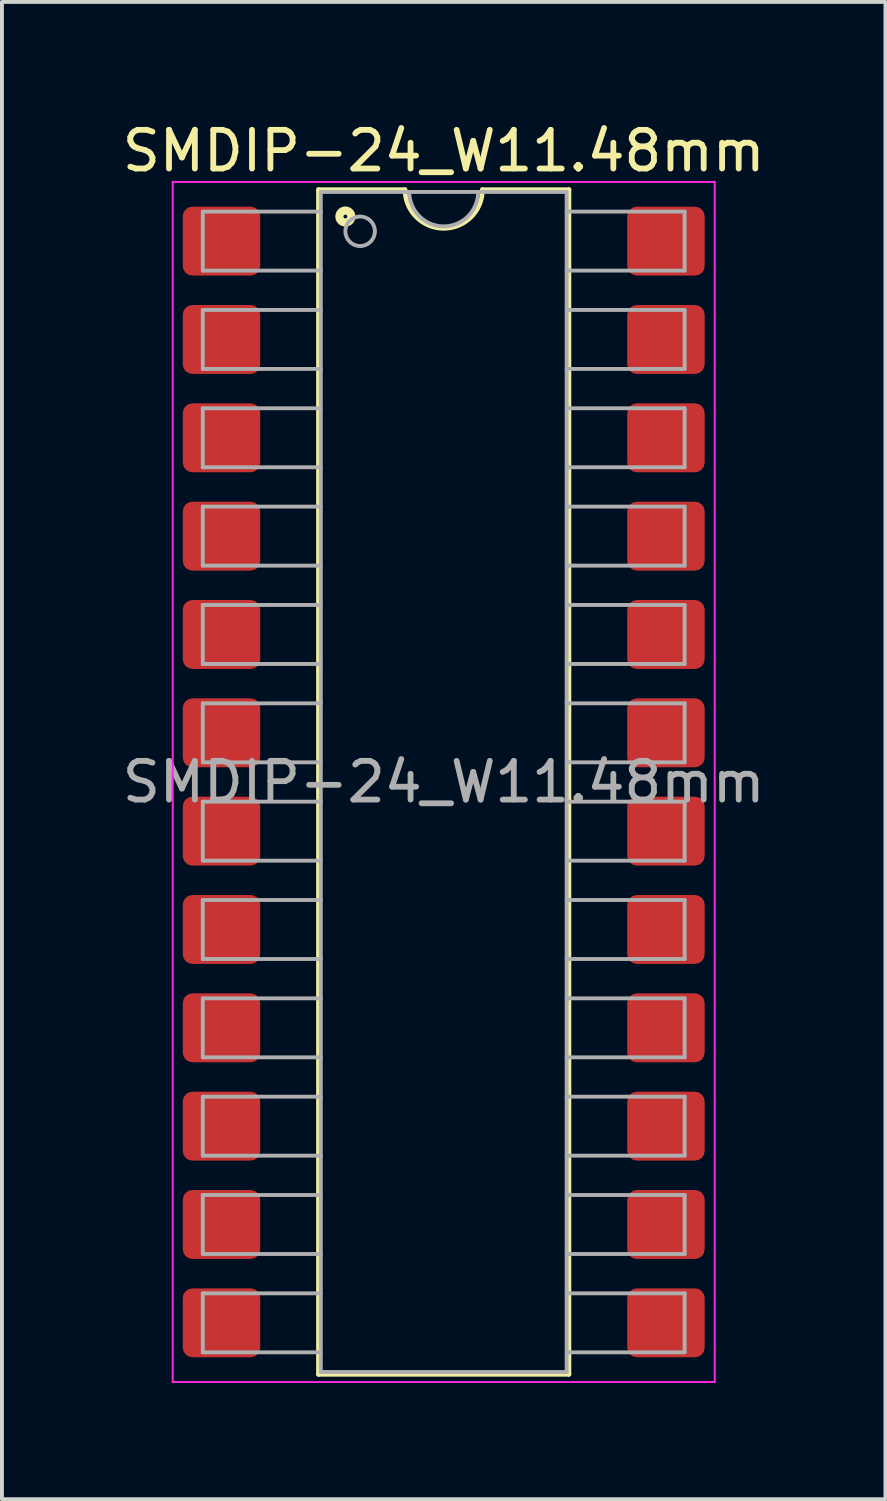
<source format=kicad_pcb>
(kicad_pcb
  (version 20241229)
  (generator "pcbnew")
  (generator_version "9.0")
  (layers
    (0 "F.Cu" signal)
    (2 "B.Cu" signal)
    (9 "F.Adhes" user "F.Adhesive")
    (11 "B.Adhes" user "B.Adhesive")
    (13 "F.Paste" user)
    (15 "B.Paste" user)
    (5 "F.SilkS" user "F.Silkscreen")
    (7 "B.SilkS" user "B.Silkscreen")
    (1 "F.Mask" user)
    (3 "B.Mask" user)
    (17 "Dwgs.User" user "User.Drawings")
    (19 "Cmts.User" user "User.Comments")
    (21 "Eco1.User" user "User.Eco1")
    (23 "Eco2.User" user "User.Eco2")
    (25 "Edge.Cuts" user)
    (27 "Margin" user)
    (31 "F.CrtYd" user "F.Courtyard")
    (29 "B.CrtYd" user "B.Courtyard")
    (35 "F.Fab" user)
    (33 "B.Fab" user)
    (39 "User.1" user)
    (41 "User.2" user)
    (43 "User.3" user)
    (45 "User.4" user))
  (footprint "SMDIP-24_W11.48mm"
    (layer "F.Cu")
    (at 8.411 17.148)
    (property "Reference" "SMDIP-24_W11.48mm" (at 0 -16.3 0) (layer "F.SilkS") (effects (font (size 1 1) (thickness 0.15))))
    (attr smd)
    (fp_line (start -3.235 -15.3) (end -3.235 15.3) (stroke (width 0.12) (type solid)) (layer "F.SilkS"))
    (fp_line (start -3.235 15.3) (end 3.235 15.3) (stroke (width 0.12) (type solid)) (layer "F.SilkS"))
    (fp_line (start -1 -15.3) (end -3.235 -15.3) (stroke (width 0.12) (type solid)) (layer "F.SilkS"))
    (fp_line (start 3.235 -15.3) (end 1 -15.3) (stroke (width 0.12) (type solid)) (layer "F.SilkS"))
    (fp_line (start 3.235 15.3) (end 3.235 -15.3) (stroke (width 0.12) (type solid)) (layer "F.SilkS"))
    (fp_arc (start 1 -15.3) (mid 0 -14.3) (end -1 -15.3) (stroke (width 0.12) (type solid)) (layer "F.SilkS"))
    (fp_circle (center -2.54 -14.605) (end -2.49 -14.605) (stroke (width 0.12) (type solid)) (fill no) (layer "F.SilkS"))
    (fp_circle (center -2.54 -14.605) (end -2.415 -14.605) (stroke (width 0.12) (type solid)) (fill no) (layer "F.SilkS"))
    (fp_circle (center -2.54 -14.605) (end -2.34 -14.605) (stroke (width 0.12) (type solid)) (fill no) (layer "F.SilkS"))
    (fp_line (start -7 -15.5) (end -7 15.5) (stroke (width 0.05) (type solid)) (layer "F.CrtYd"))
    (fp_line (start -7 15.5) (end 7 15.5) (stroke (width 0.05) (type solid)) (layer "F.CrtYd"))
    (fp_line (start 7 -15.5) (end -7 -15.5) (stroke (width 0.05) (type solid)) (layer "F.CrtYd"))
    (fp_line (start 7 15.5) (end 7 -15.5) (stroke (width 0.05) (type solid)) (layer "F.CrtYd"))
    (fp_line (start -6.223 -14.732) (end -6.223 -13.208) (stroke (width 0.1) (type solid)) (layer "F.Fab"))
    (fp_line (start -6.223 -14.732) (end -3.175 -14.732) (stroke (width 0.1) (type solid)) (layer "F.Fab"))
    (fp_line (start -6.223 -13.208) (end -3.175 -13.208) (stroke (width 0.1) (type solid)) (layer "F.Fab"))
    (fp_line (start -6.223 -12.192) (end -6.223 -10.668) (stroke (width 0.1) (type solid)) (layer "F.Fab"))
    (fp_line (start -6.223 -12.192) (end -3.175 -12.192) (stroke (width 0.1) (type solid)) (layer "F.Fab"))
    (fp_line (start -6.223 -10.668) (end -3.175 -10.668) (stroke (width 0.1) (type solid)) (layer "F.Fab"))
    (fp_line (start -6.223 -9.652) (end -6.223 -8.128) (stroke (width 0.1) (type solid)) (layer "F.Fab"))
    (fp_line (start -6.223 -9.652) (end -3.175 -9.652) (stroke (width 0.1) (type solid)) (layer "F.Fab"))
    (fp_line (start -6.223 -8.128) (end -3.175 -8.128) (stroke (width 0.1) (type solid)) (layer "F.Fab"))
    (fp_line (start -6.223 -7.112) (end -6.223 -5.588) (stroke (width 0.1) (type solid)) (layer "F.Fab"))
    (fp_line (start -6.223 -7.112) (end -3.175 -7.112) (stroke (width 0.1) (type solid)) (layer "F.Fab"))
    (fp_line (start -6.223 -5.588) (end -3.175 -5.588) (stroke (width 0.1) (type solid)) (layer "F.Fab"))
    (fp_line (start -6.223 -4.572) (end -6.223 -3.048) (stroke (width 0.1) (type solid)) (layer "F.Fab"))
    (fp_line (start -6.223 -4.572) (end -3.175 -4.572) (stroke (width 0.1) (type solid)) (layer "F.Fab"))
    (fp_line (start -6.223 -3.048) (end -3.175 -3.048) (stroke (width 0.1) (type solid)) (layer "F.Fab"))
    (fp_line (start -6.223 -2.032) (end -6.223 -0.508) (stroke (width 0.1) (type solid)) (layer "F.Fab"))
    (fp_line (start -6.223 -2.032) (end -3.175 -2.032) (stroke (width 0.1) (type solid)) (layer "F.Fab"))
    (fp_line (start -6.223 -0.508) (end -3.175 -0.508) (stroke (width 0.1) (type solid)) (layer "F.Fab"))
    (fp_line (start -6.223 0.508) (end -6.223 2.032) (stroke (width 0.1) (type solid)) (layer "F.Fab"))
    (fp_line (start -6.223 0.508) (end -3.175 0.508) (stroke (width 0.1) (type solid)) (layer "F.Fab"))
    (fp_line (start -6.223 2.032) (end -3.175 2.032) (stroke (width 0.1) (type solid)) (layer "F.Fab"))
    (fp_line (start -6.223 3.048) (end -6.223 4.572) (stroke (width 0.1) (type solid)) (layer "F.Fab"))
    (fp_line (start -6.223 3.048) (end -3.175 3.048) (stroke (width 0.1) (type solid)) (layer "F.Fab"))
    (fp_line (start -6.223 4.572) (end -3.175 4.572) (stroke (width 0.1) (type solid)) (layer "F.Fab"))
    (fp_line (start -6.223 5.588) (end -6.223 7.112) (stroke (width 0.1) (type solid)) (layer "F.Fab"))
    (fp_line (start -6.223 5.588) (end -3.175 5.588) (stroke (width 0.1) (type solid)) (layer "F.Fab"))
    (fp_line (start -6.223 7.112) (end -3.175 7.112) (stroke (width 0.1) (type solid)) (layer "F.Fab"))
    (fp_line (start -6.223 8.128) (end -6.223 9.652) (stroke (width 0.1) (type solid)) (layer "F.Fab"))
    (fp_line (start -6.223 8.128) (end -3.175 8.128) (stroke (width 0.1) (type solid)) (layer "F.Fab"))
    (fp_line (start -6.223 9.652) (end -3.175 9.652) (stroke (width 0.1) (type solid)) (layer "F.Fab"))
    (fp_line (start -6.223 10.668) (end -6.223 12.192) (stroke (width 0.1) (type solid)) (layer "F.Fab"))
    (fp_line (start -6.223 10.668) (end -3.175 10.668) (stroke (width 0.1) (type solid)) (layer "F.Fab"))
    (fp_line (start -6.223 12.192) (end -3.175 12.192) (stroke (width 0.1) (type solid)) (layer "F.Fab"))
    (fp_line (start -6.223 13.208) (end -6.223 14.732) (stroke (width 0.1) (type solid)) (layer "F.Fab"))
    (fp_line (start -6.223 13.208) (end -3.175 13.208) (stroke (width 0.1) (type solid)) (layer "F.Fab"))
    (fp_line (start -6.223 14.732) (end -3.175 14.732) (stroke (width 0.1) (type solid)) (layer "F.Fab"))
    (fp_line (start -3.175 -15.24) (end 3.175 -15.24) (stroke (width 0.1) (type solid)) (layer "F.Fab"))
    (fp_line (start -3.175 15.24) (end -3.175 -15.24) (stroke (width 0.1) (type solid)) (layer "F.Fab"))
    (fp_line (start 3.175 -15.24) (end 3.175 15.24) (stroke (width 0.1) (type solid)) (layer "F.Fab"))
    (fp_line (start 3.175 15.24) (end -3.175 15.24) (stroke (width 0.1) (type solid)) (layer "F.Fab"))
    (fp_line (start 6.223 -14.732) (end 3.175 -14.732) (stroke (width 0.1) (type solid)) (layer "F.Fab"))
    (fp_line (start 6.223 -13.208) (end 3.175 -13.208) (stroke (width 0.1) (type solid)) (layer "F.Fab"))
    (fp_line (start 6.223 -13.208) (end 6.223 -14.732) (stroke (width 0.1) (type solid)) (layer "F.Fab"))
    (fp_line (start 6.223 -12.192) (end 3.175 -12.192) (stroke (width 0.1) (type solid)) (layer "F.Fab"))
    (fp_line (start 6.223 -10.668) (end 3.175 -10.668) (stroke (width 0.1) (type solid)) (layer "F.Fab"))
    (fp_line (start 6.223 -10.668) (end 6.223 -12.192) (stroke (width 0.1) (type solid)) (layer "F.Fab"))
    (fp_line (start 6.223 -9.652) (end 3.175 -9.652) (stroke (width 0.1) (type solid)) (layer "F.Fab"))
    (fp_line (start 6.223 -8.128) (end 3.175 -8.128) (stroke (width 0.1) (type solid)) (layer "F.Fab"))
    (fp_line (start 6.223 -8.128) (end 6.223 -9.652) (stroke (width 0.1) (type solid)) (layer "F.Fab"))
    (fp_line (start 6.223 -7.112) (end 3.175 -7.112) (stroke (width 0.1) (type solid)) (layer "F.Fab"))
    (fp_line (start 6.223 -5.588) (end 3.175 -5.588) (stroke (width 0.1) (type solid)) (layer "F.Fab"))
    (fp_line (start 6.223 -5.588) (end 6.223 -7.112) (stroke (width 0.1) (type solid)) (layer "F.Fab"))
    (fp_line (start 6.223 -4.572) (end 3.175 -4.572) (stroke (width 0.1) (type solid)) (layer "F.Fab"))
    (fp_line (start 6.223 -3.048) (end 3.175 -3.048) (stroke (width 0.1) (type solid)) (layer "F.Fab"))
    (fp_line (start 6.223 -3.048) (end 6.223 -4.572) (stroke (width 0.1) (type solid)) (layer "F.Fab"))
    (fp_line (start 6.223 -2.032) (end 3.175 -2.032) (stroke (width 0.1) (type solid)) (layer "F.Fab"))
    (fp_line (start 6.223 -0.508) (end 3.175 -0.508) (stroke (width 0.1) (type solid)) (layer "F.Fab"))
    (fp_line (start 6.223 -0.508) (end 6.223 -2.032) (stroke (width 0.1) (type solid)) (layer "F.Fab"))
    (fp_line (start 6.223 0.508) (end 3.175 0.508) (stroke (width 0.1) (type solid)) (layer "F.Fab"))
    (fp_line (start 6.223 2.032) (end 3.175 2.032) (stroke (width 0.1) (type solid)) (layer "F.Fab"))
    (fp_line (start 6.223 2.032) (end 6.223 0.508) (stroke (width 0.1) (type solid)) (layer "F.Fab"))
    (fp_line (start 6.223 3.048) (end 3.175 3.048) (stroke (width 0.1) (type solid)) (layer "F.Fab"))
    (fp_line (start 6.223 4.572) (end 3.175 4.572) (stroke (width 0.1) (type solid)) (layer "F.Fab"))
    (fp_line (start 6.223 4.572) (end 6.223 3.048) (stroke (width 0.1) (type solid)) (layer "F.Fab"))
    (fp_line (start 6.223 5.588) (end 3.175 5.588) (stroke (width 0.1) (type solid)) (layer "F.Fab"))
    (fp_line (start 6.223 7.112) (end 3.175 7.112) (stroke (width 0.1) (type solid)) (layer "F.Fab"))
    (fp_line (start 6.223 7.112) (end 6.223 5.588) (stroke (width 0.1) (type solid)) (layer "F.Fab"))
    (fp_line (start 6.223 8.128) (end 3.175 8.128) (stroke (width 0.1) (type solid)) (layer "F.Fab"))
    (fp_line (start 6.223 9.652) (end 3.175 9.652) (stroke (width 0.1) (type solid)) (layer "F.Fab"))
    (fp_line (start 6.223 9.652) (end 6.223 8.128) (stroke (width 0.1) (type solid)) (layer "F.Fab"))
    (fp_line (start 6.223 10.668) (end 3.175 10.668) (stroke (width 0.1) (type solid)) (layer "F.Fab"))
    (fp_line (start 6.223 12.192) (end 3.175 12.192) (stroke (width 0.1) (type solid)) (layer "F.Fab"))
    (fp_line (start 6.223 12.192) (end 6.223 10.668) (stroke (width 0.1) (type solid)) (layer "F.Fab"))
    (fp_line (start 6.223 13.208) (end 3.175 13.208) (stroke (width 0.1) (type solid)) (layer "F.Fab"))
    (fp_line (start 6.223 14.732) (end 3.175 14.732) (stroke (width 0.1) (type solid)) (layer "F.Fab"))
    (fp_line (start 6.223 14.732) (end 6.223 13.208) (stroke (width 0.1) (type solid)) (layer "F.Fab"))
    (fp_arc (start 0.889 -15.24) (mid 0 -14.351) (end -0.889 -15.24) (stroke (width 0.1) (type solid)) (layer "F.Fab"))
    (fp_circle (center -2.159 -14.224) (end -1.778 -14.224) (stroke (width 0.1) (type solid)) (fill no) (layer "F.Fab"))
    (fp_text user "${REFERENCE}" (at 0 0 0) (layer "F.Fab") (effects (font (size 1 1) (thickness 0.15))))
    (pad "1" smd roundrect (at -5.74 -13.97) (size 2 1.78) (layers "F.Cu" "F.Mask" "F.Paste") (roundrect_rratio 0.14))
    (pad "2" smd roundrect (at -5.74 -11.43) (size 2 1.78) (layers "F.Cu" "F.Mask" "F.Paste") (roundrect_rratio 0.14))
    (pad "3" smd roundrect (at -5.74 -8.89) (size 2 1.78) (layers "F.Cu" "F.Mask" "F.Paste") (roundrect_rratio 0.14))
    (pad "4" smd roundrect (at -5.74 -6.35) (size 2 1.78) (layers "F.Cu" "F.Mask" "F.Paste") (roundrect_rratio 0.14))
    (pad "5" smd roundrect (at -5.74 -3.81) (size 2 1.78) (layers "F.Cu" "F.Mask" "F.Paste") (roundrect_rratio 0.14))
    (pad "6" smd roundrect (at -5.74 -1.27) (size 2 1.78) (layers "F.Cu" "F.Mask" "F.Paste") (roundrect_rratio 0.14))
    (pad "7" smd roundrect (at -5.74 1.27) (size 2 1.78) (layers "F.Cu" "F.Mask" "F.Paste") (roundrect_rratio 0.14))
    (pad "8" smd roundrect (at -5.74 3.81) (size 2 1.78) (layers "F.Cu" "F.Mask" "F.Paste") (roundrect_rratio 0.14))
    (pad "9" smd roundrect (at -5.74 6.35) (size 2 1.78) (layers "F.Cu" "F.Mask" "F.Paste") (roundrect_rratio 0.14))
    (pad "10" smd roundrect (at -5.74 8.89) (size 2 1.78) (layers "F.Cu" "F.Mask" "F.Paste") (roundrect_rratio 0.14))
    (pad "11" smd roundrect (at -5.74 11.43) (size 2 1.78) (layers "F.Cu" "F.Mask" "F.Paste") (roundrect_rratio 0.14))
    (pad "12" smd roundrect (at -5.74 13.97) (size 2 1.78) (layers "F.Cu" "F.Mask" "F.Paste") (roundrect_rratio 0.14))
    (pad "13" smd roundrect (at 5.74 13.97) (size 2 1.78) (layers "F.Cu" "F.Mask" "F.Paste") (roundrect_rratio 0.14))
    (pad "14" smd roundrect (at 5.74 11.43) (size 2 1.78) (layers "F.Cu" "F.Mask" "F.Paste") (roundrect_rratio 0.14))
    (pad "15" smd roundrect (at 5.74 8.89) (size 2 1.78) (layers "F.Cu" "F.Mask" "F.Paste") (roundrect_rratio 0.14))
    (pad "16" smd roundrect (at 5.74 6.35) (size 2 1.78) (layers "F.Cu" "F.Mask" "F.Paste") (roundrect_rratio 0.14))
    (pad "17" smd roundrect (at 5.74 3.81) (size 2 1.78) (layers "F.Cu" "F.Mask" "F.Paste") (roundrect_rratio 0.14))
    (pad "18" smd roundrect (at 5.74 1.27) (size 2 1.78) (layers "F.Cu" "F.Mask" "F.Paste") (roundrect_rratio 0.14))
    (pad "19" smd roundrect (at 5.74 -1.27) (size 2 1.78) (layers "F.Cu" "F.Mask" "F.Paste") (roundrect_rratio 0.14))
    (pad "20" smd roundrect (at 5.74 -3.81) (size 2 1.78) (layers "F.Cu" "F.Mask" "F.Paste") (roundrect_rratio 0.14))
    (pad "21" smd roundrect (at 5.74 -6.35) (size 2 1.78) (layers "F.Cu" "F.Mask" "F.Paste") (roundrect_rratio 0.14))
    (pad "22" smd roundrect (at 5.74 -8.89) (size 2 1.78) (layers "F.Cu" "F.Mask" "F.Paste") (roundrect_rratio 0.14))
    (pad "23" smd roundrect (at 5.74 -11.43) (size 2 1.78) (layers "F.Cu" "F.Mask" "F.Paste") (roundrect_rratio 0.14))
    (pad "24" smd roundrect (at 5.74 -13.97) (size 2 1.78) (layers "F.Cu" "F.Mask" "F.Paste") (roundrect_rratio 0.14)))
  (gr_rect
    (start -3 -3)
    (end 19.821 35.673)
    (stroke (width 0.1) (type default))
    (fill no)
    (layer "Edge.Cuts")))
</source>
